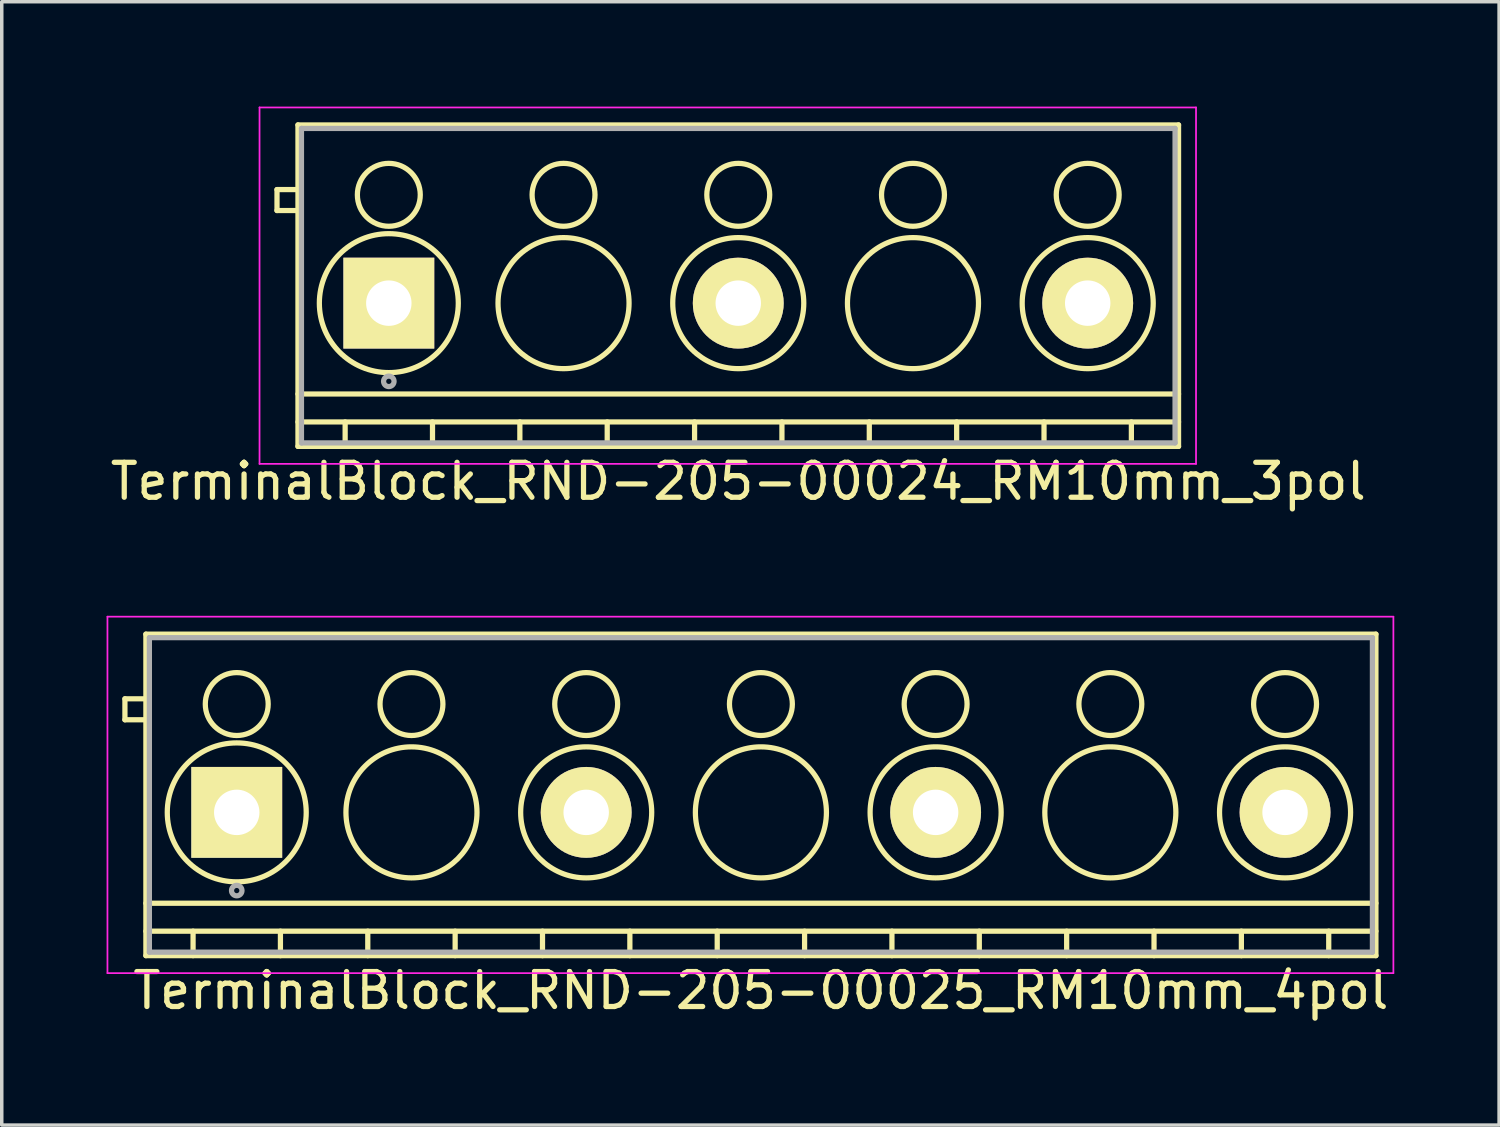
<source format=kicad_pcb>
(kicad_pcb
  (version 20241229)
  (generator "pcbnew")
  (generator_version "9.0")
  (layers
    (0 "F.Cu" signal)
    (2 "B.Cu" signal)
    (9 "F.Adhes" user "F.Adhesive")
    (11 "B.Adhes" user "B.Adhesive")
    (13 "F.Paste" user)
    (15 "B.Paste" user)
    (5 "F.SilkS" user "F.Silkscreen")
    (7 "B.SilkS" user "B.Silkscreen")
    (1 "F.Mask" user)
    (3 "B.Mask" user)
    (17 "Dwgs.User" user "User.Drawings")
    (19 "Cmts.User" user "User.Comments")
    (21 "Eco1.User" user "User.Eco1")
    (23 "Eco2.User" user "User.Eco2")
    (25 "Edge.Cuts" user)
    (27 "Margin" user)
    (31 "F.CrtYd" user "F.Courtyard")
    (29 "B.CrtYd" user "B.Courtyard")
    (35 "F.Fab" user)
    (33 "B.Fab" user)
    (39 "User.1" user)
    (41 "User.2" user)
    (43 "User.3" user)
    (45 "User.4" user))
  (footprint "TerminalBlock_RND-205-00025_RM10mm_4pol"
    (layer "F.Cu")
    (at 3.725 20.198)
    (property "Reference" "TerminalBlock_RND-205-00025_RM10mm_4pol" (at 15 5.1 0) (layer "F.SilkS") (effects (font (size 1 1) (thickness 0.15))))
    (attr through_hole)
    (fp_line (start -3.2 -3.25) (end -3.2 -2.65) (stroke (width 0.15) (type solid)) (layer "F.SilkS"))
    (fp_line (start -3.2 -2.65) (end -2.6 -2.65) (stroke (width 0.15) (type solid)) (layer "F.SilkS"))
    (fp_line (start -2.6 -5.1) (end 32.6 -5.1) (stroke (width 0.15) (type solid)) (layer "F.SilkS"))
    (fp_line (start -2.6 -3.25) (end -3.2 -3.25) (stroke (width 0.15) (type solid)) (layer "F.SilkS"))
    (fp_line (start -2.6 2.6) (end 32.6 2.6) (stroke (width 0.15) (type solid)) (layer "F.SilkS"))
    (fp_line (start -2.6 3.4) (end 32.6 3.4) (stroke (width 0.15) (type solid)) (layer "F.SilkS"))
    (fp_line (start -2.6 4.1) (end -2.6 -5.1) (stroke (width 0.15) (type solid)) (layer "F.SilkS"))
    (fp_line (start -1.25 3.4) (end -1.25 4.1) (stroke (width 0.15) (type solid)) (layer "F.SilkS"))
    (fp_line (start 1.25 3.4) (end 1.25 4.1) (stroke (width 0.15) (type solid)) (layer "F.SilkS"))
    (fp_line (start 3.75 3.4) (end 3.75 4.1) (stroke (width 0.15) (type solid)) (layer "F.SilkS"))
    (fp_line (start 6.25 3.4) (end 6.25 4.1) (stroke (width 0.15) (type solid)) (layer "F.SilkS"))
    (fp_line (start 8.75 3.4) (end 8.75 4.1) (stroke (width 0.15) (type solid)) (layer "F.SilkS"))
    (fp_line (start 11.25 3.4) (end 11.25 4.1) (stroke (width 0.15) (type solid)) (layer "F.SilkS"))
    (fp_line (start 13.75 3.4) (end 13.75 4.1) (stroke (width 0.15) (type solid)) (layer "F.SilkS"))
    (fp_line (start 16.25 3.4) (end 16.25 4.1) (stroke (width 0.15) (type solid)) (layer "F.SilkS"))
    (fp_line (start 18.75 3.4) (end 18.75 4.1) (stroke (width 0.15) (type solid)) (layer "F.SilkS"))
    (fp_line (start 21.25 3.4) (end 21.25 4.1) (stroke (width 0.15) (type solid)) (layer "F.SilkS"))
    (fp_line (start 23.75 3.4) (end 23.75 4.1) (stroke (width 0.15) (type solid)) (layer "F.SilkS"))
    (fp_line (start 26.25 3.4) (end 26.25 4.1) (stroke (width 0.15) (type solid)) (layer "F.SilkS"))
    (fp_line (start 28.75 3.4) (end 28.75 4.1) (stroke (width 0.15) (type solid)) (layer "F.SilkS"))
    (fp_line (start 31.25 3.4) (end 31.25 4.1) (stroke (width 0.15) (type solid)) (layer "F.SilkS"))
    (fp_line (start 32.6 -5.1) (end 32.6 4.1) (stroke (width 0.15) (type solid)) (layer "F.SilkS"))
    (fp_line (start 32.6 4.1) (end -2.6 4.1) (stroke (width 0.15) (type solid)) (layer "F.SilkS"))
    (fp_circle (center 0 -3.1) (end -0.9 -3.1) (stroke (width 0.15) (type solid)) (fill no) (layer "F.SilkS"))
    (fp_circle (center 0 0) (end -1.988 0) (stroke (width 0.15) (type solid)) (fill no) (layer "F.SilkS"))
    (fp_circle (center 5 -3.1) (end 4.1 -3.1) (stroke (width 0.15) (type solid)) (fill no) (layer "F.SilkS"))
    (fp_circle (center 5 0) (end 3.125 0) (stroke (width 0.15) (type solid)) (fill no) (layer "F.SilkS"))
    (fp_circle (center 10 -3.1) (end 9.1 -3.1) (stroke (width 0.15) (type solid)) (fill no) (layer "F.SilkS"))
    (fp_circle (center 10 0) (end 8.125 0) (stroke (width 0.15) (type solid)) (fill no) (layer "F.SilkS"))
    (fp_circle (center 15 -3.1) (end 14.1 -3.1) (stroke (width 0.15) (type solid)) (fill no) (layer "F.SilkS"))
    (fp_circle (center 15 0) (end 13.125 0) (stroke (width 0.15) (type solid)) (fill no) (layer "F.SilkS"))
    (fp_circle (center 20 -3.1) (end 19.1 -3.1) (stroke (width 0.15) (type solid)) (fill no) (layer "F.SilkS"))
    (fp_circle (center 20 0) (end 18.125 0) (stroke (width 0.15) (type solid)) (fill no) (layer "F.SilkS"))
    (fp_circle (center 25 -3.1) (end 24.1 -3.1) (stroke (width 0.15) (type solid)) (fill no) (layer "F.SilkS"))
    (fp_circle (center 25 0) (end 23.125 0) (stroke (width 0.15) (type solid)) (fill no) (layer "F.SilkS"))
    (fp_circle (center 30 -3.1) (end 29.1 -3.1) (stroke (width 0.15) (type solid)) (fill no) (layer "F.SilkS"))
    (fp_circle (center 30 0) (end 28.125 0) (stroke (width 0.15) (type solid)) (fill no) (layer "F.SilkS"))
    (fp_line (start -3.7 -5.6) (end 33.1 -5.6) (stroke (width 0.05) (type solid)) (layer "F.CrtYd"))
    (fp_line (start -3.7 4.6) (end -3.7 -5.6) (stroke (width 0.05) (type solid)) (layer "F.CrtYd"))
    (fp_line (start 33.1 -5.6) (end 33.1 4.6) (stroke (width 0.05) (type solid)) (layer "F.CrtYd"))
    (fp_line (start 33.1 4.6) (end -3.7 4.6) (stroke (width 0.05) (type solid)) (layer "F.CrtYd"))
    (fp_line (start -2.5 -5) (end 32.5 -5) (stroke (width 0.15) (type solid)) (layer "F.Fab"))
    (fp_line (start -2.5 4) (end -2.5 -5) (stroke (width 0.15) (type solid)) (layer "F.Fab"))
    (fp_line (start 32.5 -5) (end 32.5 4) (stroke (width 0.15) (type solid)) (layer "F.Fab"))
    (fp_line (start 32.5 4) (end -2.5 4) (stroke (width 0.15) (type solid)) (layer "F.Fab"))
    (fp_circle (center 0 2.238) (end -0.15 2.238) (stroke (width 0.15) (type solid)) (fill no) (layer "F.Fab"))
    (pad "1" thru_hole rect (at 0 0) (size 2.6 2.6) (drill 1.3) (layers "*.Cu" "*.Mask" "F.SilkS"))
    (pad "2" thru_hole circle (at 10 0) (size 2.6 2.6) (drill 1.3) (layers "*.Cu" "*.Mask" "F.SilkS"))
    (pad "3" thru_hole circle (at 20 0) (size 2.6 2.6) (drill 1.3) (layers "*.Cu" "*.Mask" "F.SilkS"))
    (pad "4" thru_hole circle (at 30 0) (size 2.6 2.6) (drill 1.3) (layers "*.Cu" "*.Mask" "F.SilkS")))
  (footprint "TerminalBlock_RND-205-00024_RM10mm_3pol"
    (layer "F.Cu")
    (at 8.077 5.625)
    (property "Reference" "TerminalBlock_RND-205-00024_RM10mm_3pol" (at 10 5.1 0) (layer "F.SilkS") (effects (font (size 1 1) (thickness 0.15))))
    (attr through_hole)
    (fp_line (start -3.2 -3.25) (end -3.2 -2.65) (stroke (width 0.15) (type solid)) (layer "F.SilkS"))
    (fp_line (start -3.2 -2.65) (end -2.6 -2.65) (stroke (width 0.15) (type solid)) (layer "F.SilkS"))
    (fp_line (start -2.6 -5.1) (end 22.6 -5.1) (stroke (width 0.15) (type solid)) (layer "F.SilkS"))
    (fp_line (start -2.6 -3.25) (end -3.2 -3.25) (stroke (width 0.15) (type solid)) (layer "F.SilkS"))
    (fp_line (start -2.6 2.6) (end 22.6 2.6) (stroke (width 0.15) (type solid)) (layer "F.SilkS"))
    (fp_line (start -2.6 3.4) (end 22.6 3.4) (stroke (width 0.15) (type solid)) (layer "F.SilkS"))
    (fp_line (start -2.6 4.1) (end -2.6 -5.1) (stroke (width 0.15) (type solid)) (layer "F.SilkS"))
    (fp_line (start -1.25 3.4) (end -1.25 4.1) (stroke (width 0.15) (type solid)) (layer "F.SilkS"))
    (fp_line (start 1.25 3.4) (end 1.25 4.1) (stroke (width 0.15) (type solid)) (layer "F.SilkS"))
    (fp_line (start 3.75 3.4) (end 3.75 4.1) (stroke (width 0.15) (type solid)) (layer "F.SilkS"))
    (fp_line (start 6.25 3.4) (end 6.25 4.1) (stroke (width 0.15) (type solid)) (layer "F.SilkS"))
    (fp_line (start 8.75 3.4) (end 8.75 4.1) (stroke (width 0.15) (type solid)) (layer "F.SilkS"))
    (fp_line (start 11.25 3.4) (end 11.25 4.1) (stroke (width 0.15) (type solid)) (layer "F.SilkS"))
    (fp_line (start 13.75 3.4) (end 13.75 4.1) (stroke (width 0.15) (type solid)) (layer "F.SilkS"))
    (fp_line (start 16.25 3.4) (end 16.25 4.1) (stroke (width 0.15) (type solid)) (layer "F.SilkS"))
    (fp_line (start 18.75 3.4) (end 18.75 4.1) (stroke (width 0.15) (type solid)) (layer "F.SilkS"))
    (fp_line (start 21.25 3.4) (end 21.25 4.1) (stroke (width 0.15) (type solid)) (layer "F.SilkS"))
    (fp_line (start 22.6 -5.1) (end 22.6 4.1) (stroke (width 0.15) (type solid)) (layer "F.SilkS"))
    (fp_line (start 22.6 4.1) (end -2.6 4.1) (stroke (width 0.15) (type solid)) (layer "F.SilkS"))
    (fp_circle (center 0 -3.1) (end -0.9 -3.1) (stroke (width 0.15) (type solid)) (fill no) (layer "F.SilkS"))
    (fp_circle (center 0 0) (end -1.988 0) (stroke (width 0.15) (type solid)) (fill no) (layer "F.SilkS"))
    (fp_circle (center 5 -3.1) (end 4.1 -3.1) (stroke (width 0.15) (type solid)) (fill no) (layer "F.SilkS"))
    (fp_circle (center 5 0) (end 3.125 0) (stroke (width 0.15) (type solid)) (fill no) (layer "F.SilkS"))
    (fp_circle (center 10 -3.1) (end 9.1 -3.1) (stroke (width 0.15) (type solid)) (fill no) (layer "F.SilkS"))
    (fp_circle (center 10 0) (end 8.125 0) (stroke (width 0.15) (type solid)) (fill no) (layer "F.SilkS"))
    (fp_circle (center 15 -3.1) (end 14.1 -3.1) (stroke (width 0.15) (type solid)) (fill no) (layer "F.SilkS"))
    (fp_circle (center 15 0) (end 13.125 0) (stroke (width 0.15) (type solid)) (fill no) (layer "F.SilkS"))
    (fp_circle (center 20 -3.1) (end 19.1 -3.1) (stroke (width 0.15) (type solid)) (fill no) (layer "F.SilkS"))
    (fp_circle (center 20 0) (end 18.125 0) (stroke (width 0.15) (type solid)) (fill no) (layer "F.SilkS"))
    (fp_line (start -3.7 -5.6) (end 23.1 -5.6) (stroke (width 0.05) (type solid)) (layer "F.CrtYd"))
    (fp_line (start -3.7 4.6) (end -3.7 -5.6) (stroke (width 0.05) (type solid)) (layer "F.CrtYd"))
    (fp_line (start 23.1 -5.6) (end 23.1 4.6) (stroke (width 0.05) (type solid)) (layer "F.CrtYd"))
    (fp_line (start 23.1 4.6) (end -3.7 4.6) (stroke (width 0.05) (type solid)) (layer "F.CrtYd"))
    (fp_line (start -2.5 -5) (end 22.5 -5) (stroke (width 0.15) (type solid)) (layer "F.Fab"))
    (fp_line (start -2.5 4) (end -2.5 -5) (stroke (width 0.15) (type solid)) (layer "F.Fab"))
    (fp_line (start 22.5 -5) (end 22.5 4) (stroke (width 0.15) (type solid)) (layer "F.Fab"))
    (fp_line (start 22.5 4) (end -2.5 4) (stroke (width 0.15) (type solid)) (layer "F.Fab"))
    (fp_circle (center 0 2.238) (end -0.15 2.238) (stroke (width 0.15) (type solid)) (fill no) (layer "F.Fab"))
    (pad "1" thru_hole rect (at 0 0) (size 2.6 2.6) (drill 1.3) (layers "*.Cu" "*.Mask" "F.SilkS"))
    (pad "2" thru_hole circle (at 10 0) (size 2.6 2.6) (drill 1.3) (layers "*.Cu" "*.Mask" "F.SilkS"))
    (pad "3" thru_hole circle (at 20 0) (size 2.6 2.6) (drill 1.3) (layers "*.Cu" "*.Mask" "F.SilkS")))
  (gr_rect
    (start -3 -3)
    (end 39.85 29.146)
    (stroke (width 0.1) (type default))
    (fill no)
    (layer "Edge.Cuts")))
</source>
